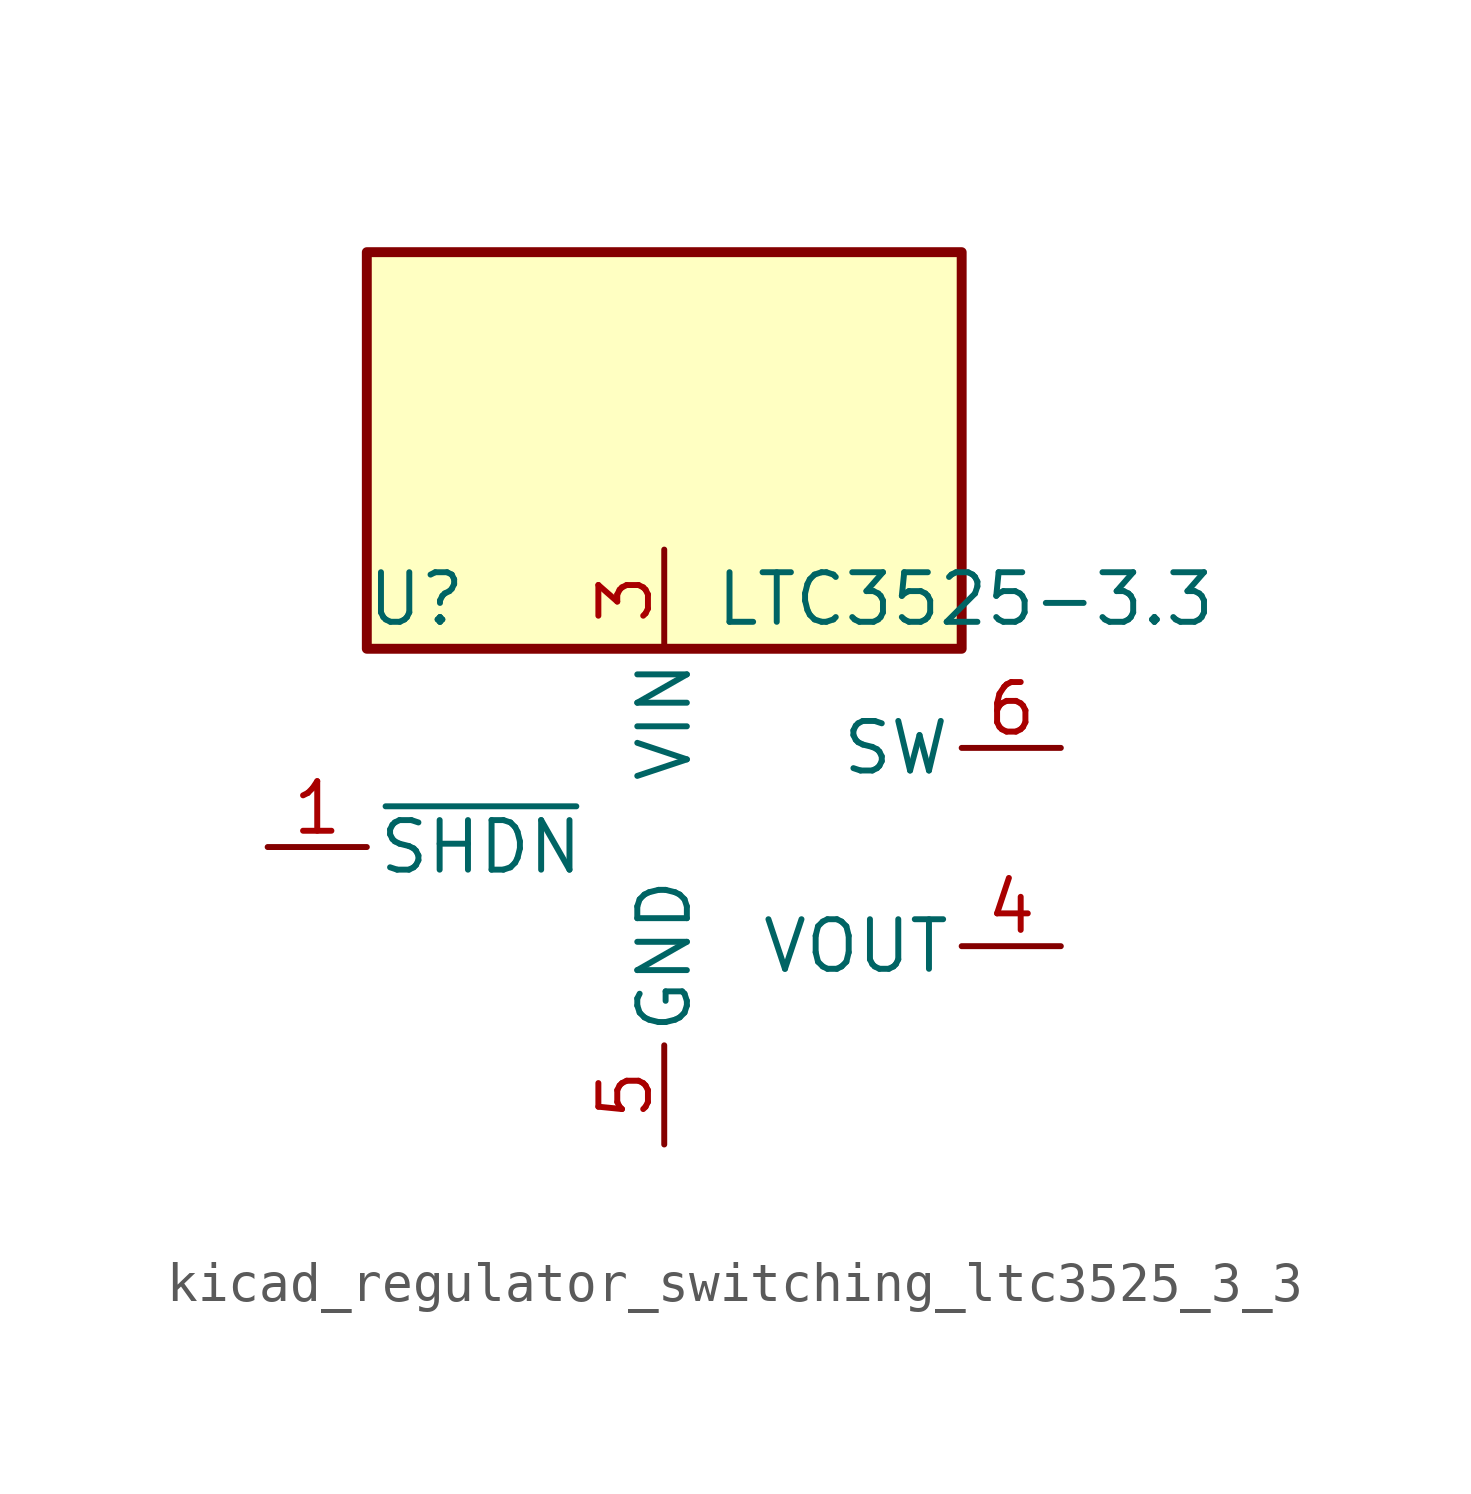
<source format=kicad_sym>
(kicad_symbol_lib
  (version 20220914)
  (generator kicad_symbol_editor)
  (symbol "kicad_regulator_switching_ltc3525_3_3"
    (pin_names
      (offset 0.254))
    (property "Reference" "U"
      (at -6.35 6.35 0)
      (effects (font (size 1.27 1.27))))
    (property "Value" "LTC3525-3.3"
      (at 1.27 6.35 0)
      (effects (font (size 1.27 1.27)) (justify left)))
    (symbol "kicad_regulator_switching_ltc3525_3_3_0_1"
      (rectangle (start 7.62 15.24) (end -7.62 5.08) (stroke (width 0.254) (type default)) (fill (type background))))
    (symbol "kicad_regulator_switching_ltc3525_3_3_1_1"
      (pin input line (at -10.16 0 0) (length 2.54) (name "~{SHDN}" (effects (font (size 1.27 1.27)))) (number "1" (effects (font (size 1.27 1.27)))))
      (pin passive line (at 0 -7.62 90) (length 2.54) hide (name "GND" (effects (font (size 1.27 1.27)))) (number "2" (effects (font (size 1.27 1.27)))))
      (pin power_in line (at 0 7.62 270) (length 2.54) (name "VIN" (effects (font (size 1.27 1.27)))) (number "3" (effects (font (size 1.27 1.27)))))
      (pin power_out line (at 10.16 -2.54 180) (length 2.54) (name "VOUT" (effects (font (size 1.27 1.27)))) (number "4" (effects (font (size 1.27 1.27)))))
      (pin power_in line (at 0 -7.62 90) (length 2.54) (name "GND" (effects (font (size 1.27 1.27)))) (number "5" (effects (font (size 1.27 1.27)))))
      (pin input line (at 10.16 2.54 180) (length 2.54) (name "SW" (effects (font (size 1.27 1.27)))) (number "6" (effects (font (size 1.27 1.27))))))))
</source>
